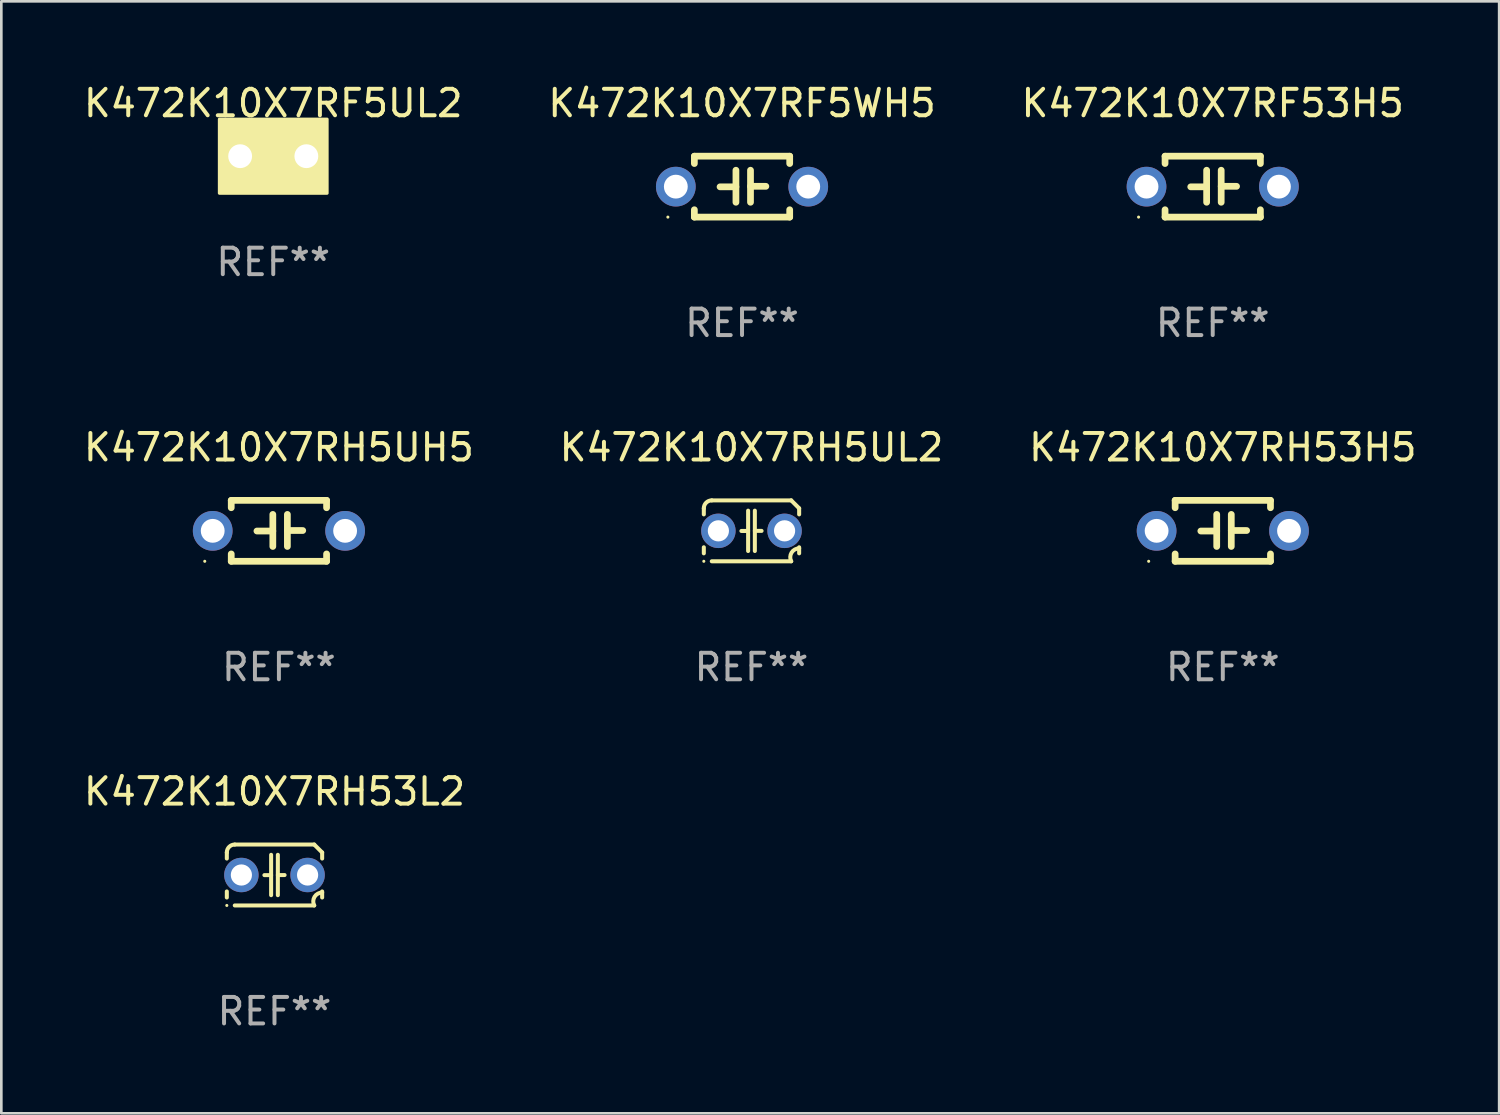
<source format=kicad_pcb>
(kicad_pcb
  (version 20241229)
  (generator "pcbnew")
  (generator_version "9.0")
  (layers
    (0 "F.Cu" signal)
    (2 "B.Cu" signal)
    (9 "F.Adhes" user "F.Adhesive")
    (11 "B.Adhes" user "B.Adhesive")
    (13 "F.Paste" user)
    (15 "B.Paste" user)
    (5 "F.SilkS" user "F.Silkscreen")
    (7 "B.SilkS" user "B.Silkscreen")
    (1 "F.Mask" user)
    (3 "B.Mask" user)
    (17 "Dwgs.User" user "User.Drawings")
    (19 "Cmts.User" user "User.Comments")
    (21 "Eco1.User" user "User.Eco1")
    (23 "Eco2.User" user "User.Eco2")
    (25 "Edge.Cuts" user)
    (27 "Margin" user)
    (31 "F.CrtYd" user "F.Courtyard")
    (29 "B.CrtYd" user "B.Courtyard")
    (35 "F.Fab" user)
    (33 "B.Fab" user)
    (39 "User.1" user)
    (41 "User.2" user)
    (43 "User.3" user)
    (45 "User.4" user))
  (footprint "K472K10X7RH53H5"
    (layer "F.Cu")
    (at 43.125 16.995)
    (property "Reference" "K472K10X7RH53H5" (at 0 -3.15 0) (layer "F.SilkS") (effects (font (size 1 1) (thickness 0.15))))
    (attr through_hole)
    (fp_line (start -1.8 -1.15) (end -1.8 -0.872) (stroke (width 0.254) (type solid)) (layer "F.SilkS"))
    (fp_line (start -1.8 -1.15) (end 1.8 -1.15) (stroke (width 0.254) (type solid)) (layer "F.SilkS"))
    (fp_line (start -1.8 0.872) (end -1.8 1.15) (stroke (width 0.254) (type solid)) (layer "F.SilkS"))
    (fp_line (start -1.8 1.15) (end 1.8 1.15) (stroke (width 0.254) (type solid)) (layer "F.SilkS"))
    (fp_line (start -0.23 -0.62) (end -0.23 0.59) (stroke (width 0.254) (type solid)) (layer "F.SilkS"))
    (fp_line (start -0.23 0.007) (end -0.83 0.007) (stroke (width 0.254) (type solid)) (layer "F.SilkS"))
    (fp_line (start 0.32 -0.62) (end 0.32 0.59) (stroke (width 0.254) (type solid)) (layer "F.SilkS"))
    (fp_line (start 0.32 -0.012) (end 0.9 -0.012) (stroke (width 0.254) (type solid)) (layer "F.SilkS"))
    (fp_line (start 1.8 -1.15) (end 1.8 -0.872) (stroke (width 0.254) (type solid)) (layer "F.SilkS"))
    (fp_line (start 1.8 0.872) (end 1.8 1.15) (stroke (width 0.254) (type solid)) (layer "F.SilkS"))
    (fp_circle (center -2.8 1.15) (end -2.77 1.15) (stroke (width 0.06) (type solid)) (fill no) (layer "F.SilkS"))
    (fp_text user "REF**" (at 0 5.15 0) (layer "F.Fab") (effects (font (size 1 1) (thickness 0.15))))
    (pad "1" thru_hole circle (at -2.5 0) (size 1.5 1.5) (drill 0.9) (layers "*.Cu" "*.Mask"))
    (pad "2" thru_hole circle (at 2.5 0) (size 1.5 1.5) (drill 0.9) (layers "*.Cu" "*.Mask")))
  (footprint "K472K10X7RF53H5"
    (layer "F.Cu")
    (at 42.744 3.998)
    (property "Reference" "K472K10X7RF53H5" (at 0 -3.15 0) (layer "F.SilkS") (effects (font (size 1 1) (thickness 0.15))))
    (attr through_hole)
    (fp_line (start -1.8 -1.15) (end -1.8 -0.872) (stroke (width 0.254) (type solid)) (layer "F.SilkS"))
    (fp_line (start -1.8 -1.15) (end 1.8 -1.15) (stroke (width 0.254) (type solid)) (layer "F.SilkS"))
    (fp_line (start -1.8 0.872) (end -1.8 1.15) (stroke (width 0.254) (type solid)) (layer "F.SilkS"))
    (fp_line (start -1.8 1.15) (end 1.8 1.15) (stroke (width 0.254) (type solid)) (layer "F.SilkS"))
    (fp_line (start -0.23 -0.62) (end -0.23 0.59) (stroke (width 0.254) (type solid)) (layer "F.SilkS"))
    (fp_line (start -0.23 0.007) (end -0.83 0.007) (stroke (width 0.254) (type solid)) (layer "F.SilkS"))
    (fp_line (start 0.32 -0.62) (end 0.32 0.59) (stroke (width 0.254) (type solid)) (layer "F.SilkS"))
    (fp_line (start 0.32 -0.012) (end 0.9 -0.012) (stroke (width 0.254) (type solid)) (layer "F.SilkS"))
    (fp_line (start 1.8 -1.15) (end 1.8 -0.872) (stroke (width 0.254) (type solid)) (layer "F.SilkS"))
    (fp_line (start 1.8 0.872) (end 1.8 1.15) (stroke (width 0.254) (type solid)) (layer "F.SilkS"))
    (fp_circle (center -2.8 1.15) (end -2.77 1.15) (stroke (width 0.06) (type solid)) (fill no) (layer "F.SilkS"))
    (fp_text user "REF**" (at 0 5.15 0) (layer "F.Fab") (effects (font (size 1 1) (thickness 0.15))))
    (pad "1" thru_hole circle (at -2.5 0) (size 1.5 1.5) (drill 0.9) (layers "*.Cu" "*.Mask"))
    (pad "2" thru_hole circle (at 2.5 0) (size 1.5 1.5) (drill 0.9) (layers "*.Cu" "*.Mask")))
  (footprint "K472K10X7RH5UL2"
    (layer "F.Cu")
    (at 25.327 16.995)
    (property "Reference" "K472K10X7RH5UL2" (at 0 -3.15 0) (layer "F.SilkS") (effects (font (size 1 1) (thickness 0.15))))
    (attr through_hole)
    (fp_line (start -1.8 -0.621) (end -1.8 -0.85) (stroke (width 0.152) (type solid)) (layer "F.SilkS"))
    (fp_line (start -1.8 0.85) (end -1.8 0.621) (stroke (width 0.152) (type solid)) (layer "F.SilkS"))
    (fp_line (start -1.5 -1.15) (end 1.5 -1.15) (stroke (width 0.152) (type solid)) (layer "F.SilkS"))
    (fp_line (start -0.127 -0.762) (end -0.127 0.762) (stroke (width 0.152) (type solid)) (layer "F.SilkS"))
    (fp_line (start -0.127 0.005) (end -0.381 0.005) (stroke (width 0.152) (type solid)) (layer "F.SilkS"))
    (fp_line (start 0.127 -0.762) (end 0.127 0.762) (stroke (width 0.152) (type solid)) (layer "F.SilkS"))
    (fp_line (start 0.127 0.002) (end 0.381 0.002) (stroke (width 0.152) (type solid)) (layer "F.SilkS"))
    (fp_line (start 1.5 1.15) (end -1.5 1.15) (stroke (width 0.152) (type solid)) (layer "F.SilkS"))
    (fp_line (start 1.8 -0.85) (end 1.8 -0.621) (stroke (width 0.152) (type solid)) (layer "F.SilkS"))
    (fp_line (start 1.8 0.621) (end 1.8 0.85) (stroke (width 0.152) (type solid)) (layer "F.SilkS"))
    (fp_arc (start -1.799975 -0.849987) (mid -1.712107 -1.062119) (end -1.499975 -1.149987) (stroke (width 0.151994) (type solid)) (layer "F.SilkS"))
    (fp_arc (start 1.499975 1.149987) (mid 1.513726 0.822359) (end 1.799975 0.662387) (stroke (width 0.151994) (type solid)) (layer "F.SilkS"))
    (fp_arc (start 1.500001 -1.149986) (mid 1.650015 -1.000001) (end 1.8 -0.849987) (stroke (width 0.151994) (type solid)) (layer "F.SilkS"))
    (fp_circle (center -1.8 1.15) (end -1.77 1.15) (stroke (width 0.06) (type solid)) (fill no) (layer "F.SilkS"))
    (fp_text user "REF**" (at 0 5.15 0) (layer "F.Fab") (effects (font (size 1 1) (thickness 0.15))))
    (pad "1" thru_hole circle (at -1.25 0) (size 1.3 1.3) (drill 0.8) (layers "*.Cu" "*.Mask"))
    (pad "2" thru_hole circle (at 1.25 0) (size 1.3 1.3) (drill 0.8) (layers "*.Cu" "*.Mask")))
  (footprint "K472K10X7RH53L2"
    (layer "F.Cu")
    (at 7.315 29.991)
    (property "Reference" "K472K10X7RH53L2" (at 0 -3.15 0) (layer "F.SilkS") (effects (font (size 1 1) (thickness 0.15))))
    (attr through_hole)
    (fp_line (start -1.8 -0.621) (end -1.8 -0.85) (stroke (width 0.152) (type solid)) (layer "F.SilkS"))
    (fp_line (start -1.8 0.85) (end -1.8 0.621) (stroke (width 0.152) (type solid)) (layer "F.SilkS"))
    (fp_line (start -1.5 -1.15) (end 1.5 -1.15) (stroke (width 0.152) (type solid)) (layer "F.SilkS"))
    (fp_line (start -0.127 -0.762) (end -0.127 0.762) (stroke (width 0.152) (type solid)) (layer "F.SilkS"))
    (fp_line (start -0.127 0.005) (end -0.381 0.005) (stroke (width 0.152) (type solid)) (layer "F.SilkS"))
    (fp_line (start 0.127 -0.762) (end 0.127 0.762) (stroke (width 0.152) (type solid)) (layer "F.SilkS"))
    (fp_line (start 0.127 0.002) (end 0.381 0.002) (stroke (width 0.152) (type solid)) (layer "F.SilkS"))
    (fp_line (start 1.5 1.15) (end -1.5 1.15) (stroke (width 0.152) (type solid)) (layer "F.SilkS"))
    (fp_line (start 1.8 -0.85) (end 1.8 -0.621) (stroke (width 0.152) (type solid)) (layer "F.SilkS"))
    (fp_line (start 1.8 0.621) (end 1.8 0.85) (stroke (width 0.152) (type solid)) (layer "F.SilkS"))
    (fp_arc (start -1.799975 -0.849987) (mid -1.712107 -1.062119) (end -1.499975 -1.149987) (stroke (width 0.151994) (type solid)) (layer "F.SilkS"))
    (fp_arc (start 1.499975 1.149987) (mid 1.513726 0.822359) (end 1.799975 0.662387) (stroke (width 0.151994) (type solid)) (layer "F.SilkS"))
    (fp_arc (start 1.500001 -1.149986) (mid 1.650015 -1.000001) (end 1.8 -0.849987) (stroke (width 0.151994) (type solid)) (layer "F.SilkS"))
    (fp_circle (center -1.8 1.15) (end -1.77 1.15) (stroke (width 0.06) (type solid)) (fill no) (layer "F.SilkS"))
    (fp_text user "REF**" (at 0 5.15 0) (layer "F.Fab") (effects (font (size 1 1) (thickness 0.15))))
    (pad "1" thru_hole circle (at -1.25 0) (size 1.3 1.3) (drill 0.8) (layers "*.Cu" "*.Mask"))
    (pad "2" thru_hole circle (at 1.25 0) (size 1.3 1.3) (drill 0.8) (layers "*.Cu" "*.Mask")))
  (footprint "K472K10X7RF5WH5"
    (layer "F.Cu")
    (at 24.97 3.998)
    (property "Reference" "K472K10X7RF5WH5" (at 0 -3.15 0) (layer "F.SilkS") (effects (font (size 1 1) (thickness 0.15))))
    (attr through_hole)
    (fp_line (start -1.8 -1.15) (end -1.8 -0.872) (stroke (width 0.254) (type solid)) (layer "F.SilkS"))
    (fp_line (start -1.8 -1.15) (end 1.8 -1.15) (stroke (width 0.254) (type solid)) (layer "F.SilkS"))
    (fp_line (start -1.8 0.872) (end -1.8 1.15) (stroke (width 0.254) (type solid)) (layer "F.SilkS"))
    (fp_line (start -1.8 1.15) (end 1.8 1.15) (stroke (width 0.254) (type solid)) (layer "F.SilkS"))
    (fp_line (start -0.23 -0.62) (end -0.23 0.59) (stroke (width 0.254) (type solid)) (layer "F.SilkS"))
    (fp_line (start -0.23 0.007) (end -0.83 0.007) (stroke (width 0.254) (type solid)) (layer "F.SilkS"))
    (fp_line (start 0.32 -0.62) (end 0.32 0.59) (stroke (width 0.254) (type solid)) (layer "F.SilkS"))
    (fp_line (start 0.32 -0.012) (end 0.9 -0.012) (stroke (width 0.254) (type solid)) (layer "F.SilkS"))
    (fp_line (start 1.8 -1.15) (end 1.8 -0.872) (stroke (width 0.254) (type solid)) (layer "F.SilkS"))
    (fp_line (start 1.8 0.872) (end 1.8 1.15) (stroke (width 0.254) (type solid)) (layer "F.SilkS"))
    (fp_circle (center -2.8 1.15) (end -2.77 1.15) (stroke (width 0.06) (type solid)) (fill no) (layer "F.SilkS"))
    (fp_text user "REF**" (at 0 5.15 0) (layer "F.Fab") (effects (font (size 1 1) (thickness 0.15))))
    (pad "1" thru_hole circle (at -2.5 0) (size 1.5 1.5) (drill 0.9) (layers "*.Cu" "*.Mask"))
    (pad "2" thru_hole circle (at 2.5 0) (size 1.5 1.5) (drill 0.9) (layers "*.Cu" "*.Mask")))
  (footprint "K472K10X7RH5UH5"
    (layer "F.Cu")
    (at 7.482 16.995)
    (property "Reference" "K472K10X7RH5UH5" (at 0 -3.15 0) (layer "F.SilkS") (effects (font (size 1 1) (thickness 0.15))))
    (attr through_hole)
    (fp_line (start -1.8 -1.15) (end -1.8 -0.872) (stroke (width 0.254) (type solid)) (layer "F.SilkS"))
    (fp_line (start -1.8 -1.15) (end 1.8 -1.15) (stroke (width 0.254) (type solid)) (layer "F.SilkS"))
    (fp_line (start -1.8 0.872) (end -1.8 1.15) (stroke (width 0.254) (type solid)) (layer "F.SilkS"))
    (fp_line (start -1.8 1.15) (end 1.8 1.15) (stroke (width 0.254) (type solid)) (layer "F.SilkS"))
    (fp_line (start -0.23 -0.62) (end -0.23 0.59) (stroke (width 0.254) (type solid)) (layer "F.SilkS"))
    (fp_line (start -0.23 0.007) (end -0.83 0.007) (stroke (width 0.254) (type solid)) (layer "F.SilkS"))
    (fp_line (start 0.32 -0.62) (end 0.32 0.59) (stroke (width 0.254) (type solid)) (layer "F.SilkS"))
    (fp_line (start 0.32 -0.012) (end 0.9 -0.012) (stroke (width 0.254) (type solid)) (layer "F.SilkS"))
    (fp_line (start 1.8 -1.15) (end 1.8 -0.872) (stroke (width 0.254) (type solid)) (layer "F.SilkS"))
    (fp_line (start 1.8 0.872) (end 1.8 1.15) (stroke (width 0.254) (type solid)) (layer "F.SilkS"))
    (fp_circle (center -2.8 1.15) (end -2.77 1.15) (stroke (width 0.06) (type solid)) (fill no) (layer "F.SilkS"))
    (fp_text user "REF**" (at 0 5.15 0) (layer "F.Fab") (effects (font (size 1 1) (thickness 0.15))))
    (pad "1" thru_hole circle (at -2.5 0) (size 1.5 1.5) (drill 0.9) (layers "*.Cu" "*.Mask"))
    (pad "2" thru_hole circle (at 2.5 0) (size 1.5 1.5) (drill 0.9) (layers "*.Cu" "*.Mask")))
  (footprint "K472K10X7RF5UL2"
    (layer "F.Cu")
    (at 7.268 2.848)
    (property "Reference" "K472K10X7RF5UL2" (at 0 -2 0) (layer "F.SilkS") (effects (font (size 1 1) (thickness 0.15))))
    (attr through_hole)
    (fp_circle (center -1.8 1.15) (end -1.77 1.15) (stroke (width 0.06) (type solid)) (fill no) (layer "F.SilkS"))
    (fp_poly (pts (xy -2.032 -1.397) (xy 2.032 -1.397) (xy 2.032 1.397) (xy -2.032 1.397)) (stroke (width 0.12) (type solid)) (fill yes) (layer "F.SilkS"))
    (fp_text user "REF**" (at 0 4 0) (layer "F.Fab") (effects (font (size 1 1) (thickness 0.15))))
    (pad "1" thru_hole circle (at -1.25 0) (size 1.5 1.5) (drill 0.9) (layers "*.Cu" "*.Mask"))
    (pad "2" thru_hole circle (at 1.25 0) (size 1.5 1.5) (drill 0.9) (layers "*.Cu" "*.Mask")))
  (gr_rect
    (start -3 -3)
    (end 53.56 38.99)
    (stroke (width 0.1) (type default))
    (fill no)
    (layer "Edge.Cuts")))
</source>
